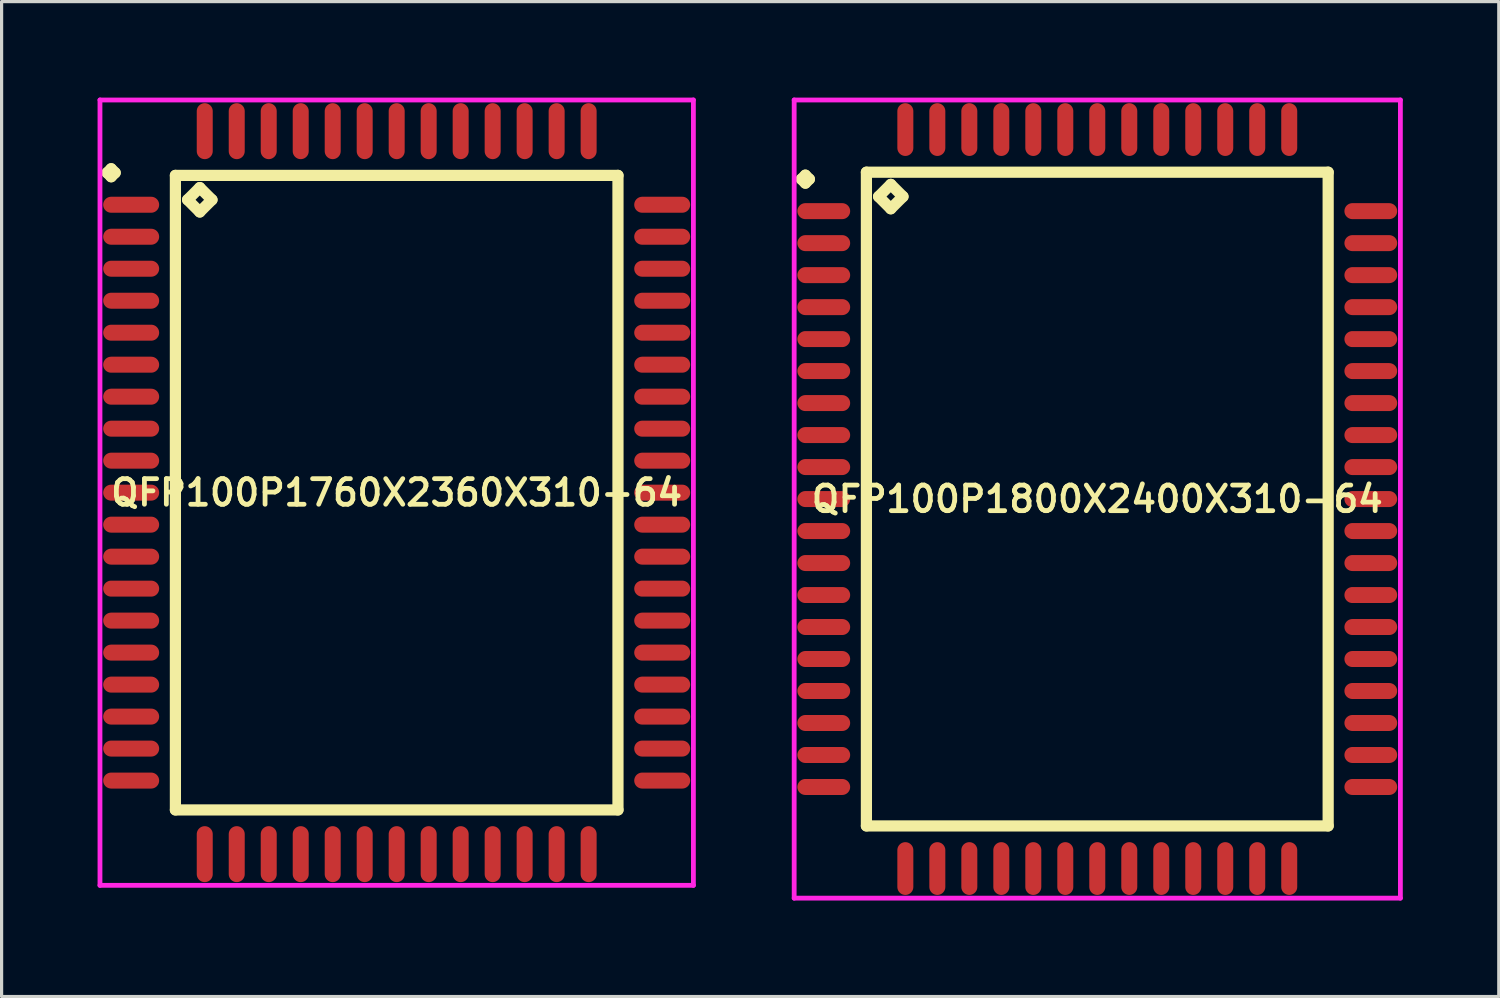
<source format=kicad_pcb>
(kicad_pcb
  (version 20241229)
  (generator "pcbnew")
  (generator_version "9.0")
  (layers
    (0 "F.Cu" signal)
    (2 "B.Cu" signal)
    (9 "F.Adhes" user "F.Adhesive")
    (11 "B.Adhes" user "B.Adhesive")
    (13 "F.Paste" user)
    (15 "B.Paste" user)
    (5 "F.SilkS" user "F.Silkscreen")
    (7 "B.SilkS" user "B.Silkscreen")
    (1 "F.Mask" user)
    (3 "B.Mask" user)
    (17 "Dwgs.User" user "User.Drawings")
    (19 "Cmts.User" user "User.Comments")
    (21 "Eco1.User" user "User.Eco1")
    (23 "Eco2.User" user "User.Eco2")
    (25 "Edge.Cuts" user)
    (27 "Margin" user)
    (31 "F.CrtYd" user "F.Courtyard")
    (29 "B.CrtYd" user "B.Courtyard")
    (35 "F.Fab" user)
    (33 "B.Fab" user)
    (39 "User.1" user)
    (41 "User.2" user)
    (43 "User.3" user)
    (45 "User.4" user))
  (footprint "QFP100P1800X2400X310-64"
    (layer "F.Cu")
    (at 31.25 12.55)
    (property "Reference" "QFP100P1800X2400X310-64" (at 0 0 0) (layer "F.SilkS") (effects (font (size 0.8 0.8) (thickness 0.15))))
    (attr smd)
    (fp_line (start -9.25 -10) (end -9.125 -10.125) (stroke (width 0.35) (type solid)) (layer "F.SilkS"))
    (fp_line (start -9.125 -10.125) (end -9 -10) (stroke (width 0.35) (type solid)) (layer "F.SilkS"))
    (fp_line (start -9.125 -9.875) (end -9.25 -10) (stroke (width 0.35) (type solid)) (layer "F.SilkS"))
    (fp_line (start -9 -10) (end -9.125 -9.875) (stroke (width 0.35) (type solid)) (layer "F.SilkS"))
    (fp_line (start -7.217 -10.217) (end -7.217 10.217) (stroke (width 0.35) (type solid)) (layer "F.SilkS"))
    (fp_line (start -7.217 10.217) (end 7.217 10.217) (stroke (width 0.35) (type solid)) (layer "F.SilkS"))
    (fp_line (start -6.836 -9.455) (end -6.455 -9.836) (stroke (width 0.35) (type solid)) (layer "F.SilkS"))
    (fp_line (start -6.455 -9.836) (end -6.074 -9.455) (stroke (width 0.35) (type solid)) (layer "F.SilkS"))
    (fp_line (start -6.455 -9.074) (end -6.836 -9.455) (stroke (width 0.35) (type solid)) (layer "F.SilkS"))
    (fp_line (start -6.074 -9.455) (end -6.455 -9.074) (stroke (width 0.35) (type solid)) (layer "F.SilkS"))
    (fp_line (start 7.217 -10.217) (end -7.217 -10.217) (stroke (width 0.35) (type solid)) (layer "F.SilkS"))
    (fp_line (start 7.217 10.217) (end 7.217 -10.217) (stroke (width 0.35) (type solid)) (layer "F.SilkS"))
    (fp_line (start -9.475 -12.475) (end 9.475 -12.475) (stroke (width 0.15) (type solid)) (layer "F.CrtYd"))
    (fp_line (start -9.475 12.475) (end -9.475 -12.475) (stroke (width 0.15) (type solid)) (layer "F.CrtYd"))
    (fp_line (start 9.475 -12.475) (end 9.475 12.475) (stroke (width 0.15) (type solid)) (layer "F.CrtYd"))
    (fp_line (start 9.475 12.475) (end -9.475 12.475) (stroke (width 0.15) (type solid)) (layer "F.CrtYd"))
    (pad "1" smd oval (at -8.55 -9) (size 1.65 0.5) (layers "F.Cu" "F.Mask" "F.Paste"))
    (pad "2" smd oval (at -8.55 -8) (size 1.65 0.5) (layers "F.Cu" "F.Mask" "F.Paste"))
    (pad "3" smd oval (at -8.55 -7) (size 1.65 0.5) (layers "F.Cu" "F.Mask" "F.Paste"))
    (pad "4" smd oval (at -8.55 -6) (size 1.65 0.5) (layers "F.Cu" "F.Mask" "F.Paste"))
    (pad "5" smd oval (at -8.55 -5) (size 1.65 0.5) (layers "F.Cu" "F.Mask" "F.Paste"))
    (pad "6" smd oval (at -8.55 -4) (size 1.65 0.5) (layers "F.Cu" "F.Mask" "F.Paste"))
    (pad "7" smd oval (at -8.55 -3) (size 1.65 0.5) (layers "F.Cu" "F.Mask" "F.Paste"))
    (pad "8" smd oval (at -8.55 -2) (size 1.65 0.5) (layers "F.Cu" "F.Mask" "F.Paste"))
    (pad "9" smd oval (at -8.55 -1) (size 1.65 0.5) (layers "F.Cu" "F.Mask" "F.Paste"))
    (pad "10" smd oval (at -8.55 0) (size 1.65 0.5) (layers "F.Cu" "F.Mask" "F.Paste"))
    (pad "11" smd oval (at -8.55 1) (size 1.65 0.5) (layers "F.Cu" "F.Mask" "F.Paste"))
    (pad "12" smd oval (at -8.55 2) (size 1.65 0.5) (layers "F.Cu" "F.Mask" "F.Paste"))
    (pad "13" smd oval (at -8.55 3) (size 1.65 0.5) (layers "F.Cu" "F.Mask" "F.Paste"))
    (pad "14" smd oval (at -8.55 4) (size 1.65 0.5) (layers "F.Cu" "F.Mask" "F.Paste"))
    (pad "15" smd oval (at -8.55 5) (size 1.65 0.5) (layers "F.Cu" "F.Mask" "F.Paste"))
    (pad "16" smd oval (at -8.55 6) (size 1.65 0.5) (layers "F.Cu" "F.Mask" "F.Paste"))
    (pad "17" smd oval (at -8.55 7) (size 1.65 0.5) (layers "F.Cu" "F.Mask" "F.Paste"))
    (pad "18" smd oval (at -8.55 8) (size 1.65 0.5) (layers "F.Cu" "F.Mask" "F.Paste"))
    (pad "19" smd oval (at -8.55 9) (size 1.65 0.5) (layers "F.Cu" "F.Mask" "F.Paste"))
    (pad "20" smd oval (at -6 11.55) (size 0.5 1.65) (layers "F.Cu" "F.Mask" "F.Paste"))
    (pad "21" smd oval (at -5 11.55) (size 0.5 1.65) (layers "F.Cu" "F.Mask" "F.Paste"))
    (pad "22" smd oval (at -4 11.55) (size 0.5 1.65) (layers "F.Cu" "F.Mask" "F.Paste"))
    (pad "23" smd oval (at -3 11.55) (size 0.5 1.65) (layers "F.Cu" "F.Mask" "F.Paste"))
    (pad "24" smd oval (at -2 11.55) (size 0.5 1.65) (layers "F.Cu" "F.Mask" "F.Paste"))
    (pad "25" smd oval (at -1 11.55) (size 0.5 1.65) (layers "F.Cu" "F.Mask" "F.Paste"))
    (pad "26" smd oval (at 0 11.55) (size 0.5 1.65) (layers "F.Cu" "F.Mask" "F.Paste"))
    (pad "27" smd oval (at 1 11.55) (size 0.5 1.65) (layers "F.Cu" "F.Mask" "F.Paste"))
    (pad "28" smd oval (at 2 11.55) (size 0.5 1.65) (layers "F.Cu" "F.Mask" "F.Paste"))
    (pad "29" smd oval (at 3 11.55) (size 0.5 1.65) (layers "F.Cu" "F.Mask" "F.Paste"))
    (pad "30" smd oval (at 4 11.55) (size 0.5 1.65) (layers "F.Cu" "F.Mask" "F.Paste"))
    (pad "31" smd oval (at 5 11.55) (size 0.5 1.65) (layers "F.Cu" "F.Mask" "F.Paste"))
    (pad "32" smd oval (at 6 11.55) (size 0.5 1.65) (layers "F.Cu" "F.Mask" "F.Paste"))
    (pad "33" smd oval (at 8.55 9) (size 1.65 0.5) (layers "F.Cu" "F.Mask" "F.Paste"))
    (pad "34" smd oval (at 8.55 8) (size 1.65 0.5) (layers "F.Cu" "F.Mask" "F.Paste"))
    (pad "35" smd oval (at 8.55 7) (size 1.65 0.5) (layers "F.Cu" "F.Mask" "F.Paste"))
    (pad "36" smd oval (at 8.55 6) (size 1.65 0.5) (layers "F.Cu" "F.Mask" "F.Paste"))
    (pad "37" smd oval (at 8.55 5) (size 1.65 0.5) (layers "F.Cu" "F.Mask" "F.Paste"))
    (pad "38" smd oval (at 8.55 4) (size 1.65 0.5) (layers "F.Cu" "F.Mask" "F.Paste"))
    (pad "39" smd oval (at 8.55 3) (size 1.65 0.5) (layers "F.Cu" "F.Mask" "F.Paste"))
    (pad "40" smd oval (at 8.55 2) (size 1.65 0.5) (layers "F.Cu" "F.Mask" "F.Paste"))
    (pad "41" smd oval (at 8.55 1) (size 1.65 0.5) (layers "F.Cu" "F.Mask" "F.Paste"))
    (pad "42" smd oval (at 8.55 0) (size 1.65 0.5) (layers "F.Cu" "F.Mask" "F.Paste"))
    (pad "43" smd oval (at 8.55 -1) (size 1.65 0.5) (layers "F.Cu" "F.Mask" "F.Paste"))
    (pad "44" smd oval (at 8.55 -2) (size 1.65 0.5) (layers "F.Cu" "F.Mask" "F.Paste"))
    (pad "45" smd oval (at 8.55 -3) (size 1.65 0.5) (layers "F.Cu" "F.Mask" "F.Paste"))
    (pad "46" smd oval (at 8.55 -4) (size 1.65 0.5) (layers "F.Cu" "F.Mask" "F.Paste"))
    (pad "47" smd oval (at 8.55 -5) (size 1.65 0.5) (layers "F.Cu" "F.Mask" "F.Paste"))
    (pad "48" smd oval (at 8.55 -6) (size 1.65 0.5) (layers "F.Cu" "F.Mask" "F.Paste"))
    (pad "49" smd oval (at 8.55 -7) (size 1.65 0.5) (layers "F.Cu" "F.Mask" "F.Paste"))
    (pad "50" smd oval (at 8.55 -8) (size 1.65 0.5) (layers "F.Cu" "F.Mask" "F.Paste"))
    (pad "51" smd oval (at 8.55 -9) (size 1.65 0.5) (layers "F.Cu" "F.Mask" "F.Paste"))
    (pad "52" smd oval (at 6 -11.55) (size 0.5 1.65) (layers "F.Cu" "F.Mask" "F.Paste"))
    (pad "53" smd oval (at 5 -11.55) (size 0.5 1.65) (layers "F.Cu" "F.Mask" "F.Paste"))
    (pad "54" smd oval (at 4 -11.55) (size 0.5 1.65) (layers "F.Cu" "F.Mask" "F.Paste"))
    (pad "55" smd oval (at 3 -11.55) (size 0.5 1.65) (layers "F.Cu" "F.Mask" "F.Paste"))
    (pad "56" smd oval (at 2 -11.55) (size 0.5 1.65) (layers "F.Cu" "F.Mask" "F.Paste"))
    (pad "57" smd oval (at 1 -11.55) (size 0.5 1.65) (layers "F.Cu" "F.Mask" "F.Paste"))
    (pad "58" smd oval (at 0 -11.55) (size 0.5 1.65) (layers "F.Cu" "F.Mask" "F.Paste"))
    (pad "59" smd oval (at -1 -11.55) (size 0.5 1.65) (layers "F.Cu" "F.Mask" "F.Paste"))
    (pad "60" smd oval (at -2 -11.55) (size 0.5 1.65) (layers "F.Cu" "F.Mask" "F.Paste"))
    (pad "61" smd oval (at -3 -11.55) (size 0.5 1.65) (layers "F.Cu" "F.Mask" "F.Paste"))
    (pad "62" smd oval (at -4 -11.55) (size 0.5 1.65) (layers "F.Cu" "F.Mask" "F.Paste"))
    (pad "63" smd oval (at -5 -11.55) (size 0.5 1.65) (layers "F.Cu" "F.Mask" "F.Paste"))
    (pad "64" smd oval (at -6 -11.55) (size 0.5 1.65) (layers "F.Cu" "F.Mask" "F.Paste")))
  (footprint "QFP100P1760X2360X310-64"
    (layer "F.Cu")
    (at 9.35 12.35)
    (property "Reference" "QFP100P1760X2360X310-64" (at 0 0 0) (layer "F.SilkS") (effects (font (size 0.8 0.8) (thickness 0.15))))
    (attr smd)
    (fp_line (start -9.05 -10) (end -8.925 -10.125) (stroke (width 0.35) (type solid)) (layer "F.SilkS"))
    (fp_line (start -8.925 -10.125) (end -8.8 -10) (stroke (width 0.35) (type solid)) (layer "F.SilkS"))
    (fp_line (start -8.925 -9.875) (end -9.05 -10) (stroke (width 0.35) (type solid)) (layer "F.SilkS"))
    (fp_line (start -8.8 -10) (end -8.925 -9.875) (stroke (width 0.35) (type solid)) (layer "F.SilkS"))
    (fp_line (start -6.917 -9.917) (end -6.917 9.917) (stroke (width 0.35) (type solid)) (layer "F.SilkS"))
    (fp_line (start -6.917 9.917) (end 6.917 9.917) (stroke (width 0.35) (type solid)) (layer "F.SilkS"))
    (fp_line (start -6.536 -9.155) (end -6.155 -9.536) (stroke (width 0.35) (type solid)) (layer "F.SilkS"))
    (fp_line (start -6.155 -9.536) (end -5.774 -9.155) (stroke (width 0.35) (type solid)) (layer "F.SilkS"))
    (fp_line (start -6.155 -8.774) (end -6.536 -9.155) (stroke (width 0.35) (type solid)) (layer "F.SilkS"))
    (fp_line (start -5.774 -9.155) (end -6.155 -8.774) (stroke (width 0.35) (type solid)) (layer "F.SilkS"))
    (fp_line (start 6.917 -9.917) (end -6.917 -9.917) (stroke (width 0.35) (type solid)) (layer "F.SilkS"))
    (fp_line (start 6.917 9.917) (end 6.917 -9.917) (stroke (width 0.35) (type solid)) (layer "F.SilkS"))
    (fp_line (start -9.275 -12.275) (end 9.275 -12.275) (stroke (width 0.15) (type solid)) (layer "F.CrtYd"))
    (fp_line (start -9.275 12.275) (end -9.275 -12.275) (stroke (width 0.15) (type solid)) (layer "F.CrtYd"))
    (fp_line (start 9.275 -12.275) (end 9.275 12.275) (stroke (width 0.15) (type solid)) (layer "F.CrtYd"))
    (fp_line (start 9.275 12.275) (end -9.275 12.275) (stroke (width 0.15) (type solid)) (layer "F.CrtYd"))
    (pad "1" smd oval (at -8.3 -9) (size 1.75 0.5) (layers "F.Cu" "F.Mask" "F.Paste"))
    (pad "2" smd oval (at -8.3 -8) (size 1.75 0.5) (layers "F.Cu" "F.Mask" "F.Paste"))
    (pad "3" smd oval (at -8.3 -7) (size 1.75 0.5) (layers "F.Cu" "F.Mask" "F.Paste"))
    (pad "4" smd oval (at -8.3 -6) (size 1.75 0.5) (layers "F.Cu" "F.Mask" "F.Paste"))
    (pad "5" smd oval (at -8.3 -5) (size 1.75 0.5) (layers "F.Cu" "F.Mask" "F.Paste"))
    (pad "6" smd oval (at -8.3 -4) (size 1.75 0.5) (layers "F.Cu" "F.Mask" "F.Paste"))
    (pad "7" smd oval (at -8.3 -3) (size 1.75 0.5) (layers "F.Cu" "F.Mask" "F.Paste"))
    (pad "8" smd oval (at -8.3 -2) (size 1.75 0.5) (layers "F.Cu" "F.Mask" "F.Paste"))
    (pad "9" smd oval (at -8.3 -1) (size 1.75 0.5) (layers "F.Cu" "F.Mask" "F.Paste"))
    (pad "10" smd oval (at -8.3 0) (size 1.75 0.5) (layers "F.Cu" "F.Mask" "F.Paste"))
    (pad "11" smd oval (at -8.3 1) (size 1.75 0.5) (layers "F.Cu" "F.Mask" "F.Paste"))
    (pad "12" smd oval (at -8.3 2) (size 1.75 0.5) (layers "F.Cu" "F.Mask" "F.Paste"))
    (pad "13" smd oval (at -8.3 3) (size 1.75 0.5) (layers "F.Cu" "F.Mask" "F.Paste"))
    (pad "14" smd oval (at -8.3 4) (size 1.75 0.5) (layers "F.Cu" "F.Mask" "F.Paste"))
    (pad "15" smd oval (at -8.3 5) (size 1.75 0.5) (layers "F.Cu" "F.Mask" "F.Paste"))
    (pad "16" smd oval (at -8.3 6) (size 1.75 0.5) (layers "F.Cu" "F.Mask" "F.Paste"))
    (pad "17" smd oval (at -8.3 7) (size 1.75 0.5) (layers "F.Cu" "F.Mask" "F.Paste"))
    (pad "18" smd oval (at -8.3 8) (size 1.75 0.5) (layers "F.Cu" "F.Mask" "F.Paste"))
    (pad "19" smd oval (at -8.3 9) (size 1.75 0.5) (layers "F.Cu" "F.Mask" "F.Paste"))
    (pad "20" smd oval (at -6 11.3) (size 0.5 1.75) (layers "F.Cu" "F.Mask" "F.Paste"))
    (pad "21" smd oval (at -5 11.3) (size 0.5 1.75) (layers "F.Cu" "F.Mask" "F.Paste"))
    (pad "22" smd oval (at -4 11.3) (size 0.5 1.75) (layers "F.Cu" "F.Mask" "F.Paste"))
    (pad "23" smd oval (at -3 11.3) (size 0.5 1.75) (layers "F.Cu" "F.Mask" "F.Paste"))
    (pad "24" smd oval (at -2 11.3) (size 0.5 1.75) (layers "F.Cu" "F.Mask" "F.Paste"))
    (pad "25" smd oval (at -1 11.3) (size 0.5 1.75) (layers "F.Cu" "F.Mask" "F.Paste"))
    (pad "26" smd oval (at 0 11.3) (size 0.5 1.75) (layers "F.Cu" "F.Mask" "F.Paste"))
    (pad "27" smd oval (at 1 11.3) (size 0.5 1.75) (layers "F.Cu" "F.Mask" "F.Paste"))
    (pad "28" smd oval (at 2 11.3) (size 0.5 1.75) (layers "F.Cu" "F.Mask" "F.Paste"))
    (pad "29" smd oval (at 3 11.3) (size 0.5 1.75) (layers "F.Cu" "F.Mask" "F.Paste"))
    (pad "30" smd oval (at 4 11.3) (size 0.5 1.75) (layers "F.Cu" "F.Mask" "F.Paste"))
    (pad "31" smd oval (at 5 11.3) (size 0.5 1.75) (layers "F.Cu" "F.Mask" "F.Paste"))
    (pad "32" smd oval (at 6 11.3) (size 0.5 1.75) (layers "F.Cu" "F.Mask" "F.Paste"))
    (pad "33" smd oval (at 8.3 9) (size 1.75 0.5) (layers "F.Cu" "F.Mask" "F.Paste"))
    (pad "34" smd oval (at 8.3 8) (size 1.75 0.5) (layers "F.Cu" "F.Mask" "F.Paste"))
    (pad "35" smd oval (at 8.3 7) (size 1.75 0.5) (layers "F.Cu" "F.Mask" "F.Paste"))
    (pad "36" smd oval (at 8.3 6) (size 1.75 0.5) (layers "F.Cu" "F.Mask" "F.Paste"))
    (pad "37" smd oval (at 8.3 5) (size 1.75 0.5) (layers "F.Cu" "F.Mask" "F.Paste"))
    (pad "38" smd oval (at 8.3 4) (size 1.75 0.5) (layers "F.Cu" "F.Mask" "F.Paste"))
    (pad "39" smd oval (at 8.3 3) (size 1.75 0.5) (layers "F.Cu" "F.Mask" "F.Paste"))
    (pad "40" smd oval (at 8.3 2) (size 1.75 0.5) (layers "F.Cu" "F.Mask" "F.Paste"))
    (pad "41" smd oval (at 8.3 1) (size 1.75 0.5) (layers "F.Cu" "F.Mask" "F.Paste"))
    (pad "42" smd oval (at 8.3 0) (size 1.75 0.5) (layers "F.Cu" "F.Mask" "F.Paste"))
    (pad "43" smd oval (at 8.3 -1) (size 1.75 0.5) (layers "F.Cu" "F.Mask" "F.Paste"))
    (pad "44" smd oval (at 8.3 -2) (size 1.75 0.5) (layers "F.Cu" "F.Mask" "F.Paste"))
    (pad "45" smd oval (at 8.3 -3) (size 1.75 0.5) (layers "F.Cu" "F.Mask" "F.Paste"))
    (pad "46" smd oval (at 8.3 -4) (size 1.75 0.5) (layers "F.Cu" "F.Mask" "F.Paste"))
    (pad "47" smd oval (at 8.3 -5) (size 1.75 0.5) (layers "F.Cu" "F.Mask" "F.Paste"))
    (pad "48" smd oval (at 8.3 -6) (size 1.75 0.5) (layers "F.Cu" "F.Mask" "F.Paste"))
    (pad "49" smd oval (at 8.3 -7) (size 1.75 0.5) (layers "F.Cu" "F.Mask" "F.Paste"))
    (pad "50" smd oval (at 8.3 -8) (size 1.75 0.5) (layers "F.Cu" "F.Mask" "F.Paste"))
    (pad "51" smd oval (at 8.3 -9) (size 1.75 0.5) (layers "F.Cu" "F.Mask" "F.Paste"))
    (pad "52" smd oval (at 6 -11.3) (size 0.5 1.75) (layers "F.Cu" "F.Mask" "F.Paste"))
    (pad "53" smd oval (at 5 -11.3) (size 0.5 1.75) (layers "F.Cu" "F.Mask" "F.Paste"))
    (pad "54" smd oval (at 4 -11.3) (size 0.5 1.75) (layers "F.Cu" "F.Mask" "F.Paste"))
    (pad "55" smd oval (at 3 -11.3) (size 0.5 1.75) (layers "F.Cu" "F.Mask" "F.Paste"))
    (pad "56" smd oval (at 2 -11.3) (size 0.5 1.75) (layers "F.Cu" "F.Mask" "F.Paste"))
    (pad "57" smd oval (at 1 -11.3) (size 0.5 1.75) (layers "F.Cu" "F.Mask" "F.Paste"))
    (pad "58" smd oval (at 0 -11.3) (size 0.5 1.75) (layers "F.Cu" "F.Mask" "F.Paste"))
    (pad "59" smd oval (at -1 -11.3) (size 0.5 1.75) (layers "F.Cu" "F.Mask" "F.Paste"))
    (pad "60" smd oval (at -2 -11.3) (size 0.5 1.75) (layers "F.Cu" "F.Mask" "F.Paste"))
    (pad "61" smd oval (at -3 -11.3) (size 0.5 1.75) (layers "F.Cu" "F.Mask" "F.Paste"))
    (pad "62" smd oval (at -4 -11.3) (size 0.5 1.75) (layers "F.Cu" "F.Mask" "F.Paste"))
    (pad "63" smd oval (at -5 -11.3) (size 0.5 1.75) (layers "F.Cu" "F.Mask" "F.Paste"))
    (pad "64" smd oval (at -6 -11.3) (size 0.5 1.75) (layers "F.Cu" "F.Mask" "F.Paste")))
  (gr_rect
    (start -3 -3)
    (end 43.8 28.1)
    (stroke (width 0.1) (type default))
    (fill no)
    (layer "Edge.Cuts")))
</source>
